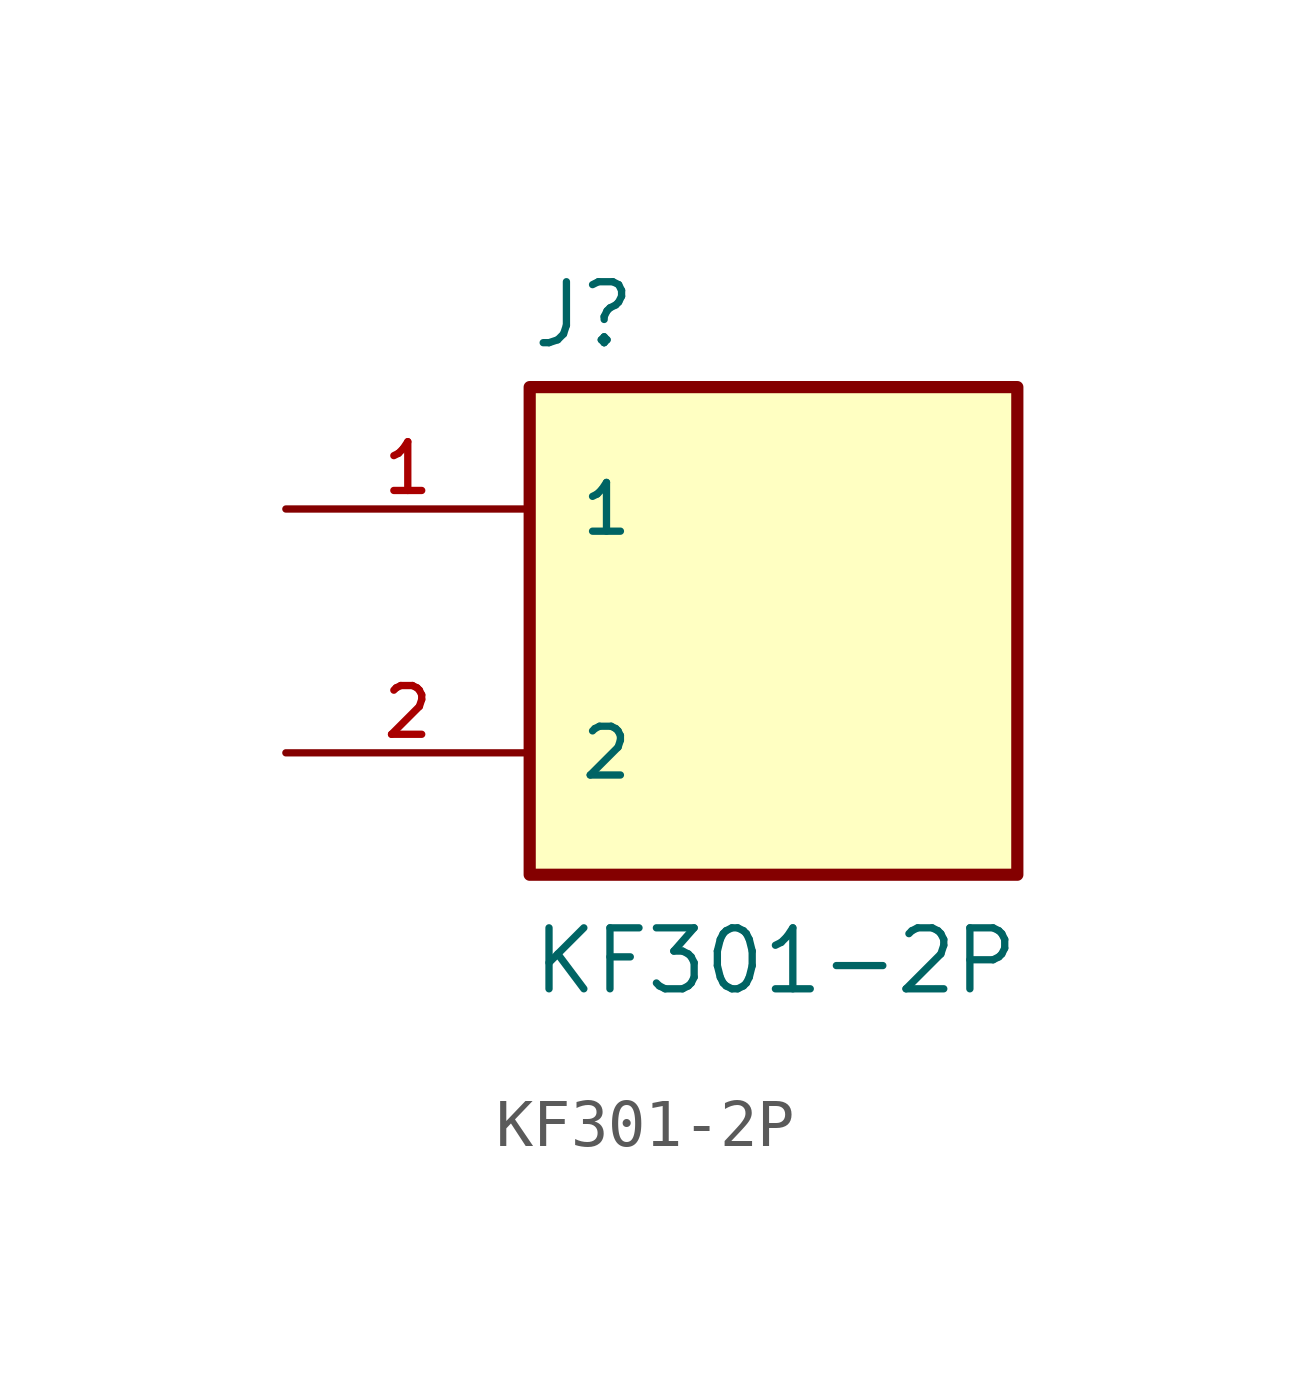
<source format=kicad_sym>
(kicad_symbol_lib
  (version 20211014)
  (generator kicad_symbol_editor)
  (symbol "KF301-2P"
    (pin_names
      (offset 1.016))
    (property "Reference" "J"
      (at -5.08 5.842 0)
      (effects (font (size 1.27 1.27)) (justify bottom left)))
    (property "Value" "KF301-2P"
      (at -5.08 -7.62 0)
      (effects (font (size 1.27 1.27)) (justify bottom left)))
    (symbol "KF301-2P_0_0"
      (rectangle (start -5.08 -5.08) (end 5.08 5.08) (stroke (width 0.254)) (fill (type background)))
      (pin passive line (at -10.16 2.54 0) (length 5.08) (name "1" (effects (font (size 1.016 1.016)))) (number "1" (effects (font (size 1.016 1.016)))))
      (pin passive line (at -10.16 -2.54 0) (length 5.08) (name "2" (effects (font (size 1.016 1.016)))) (number "2" (effects (font (size 1.016 1.016))))))))
</source>
